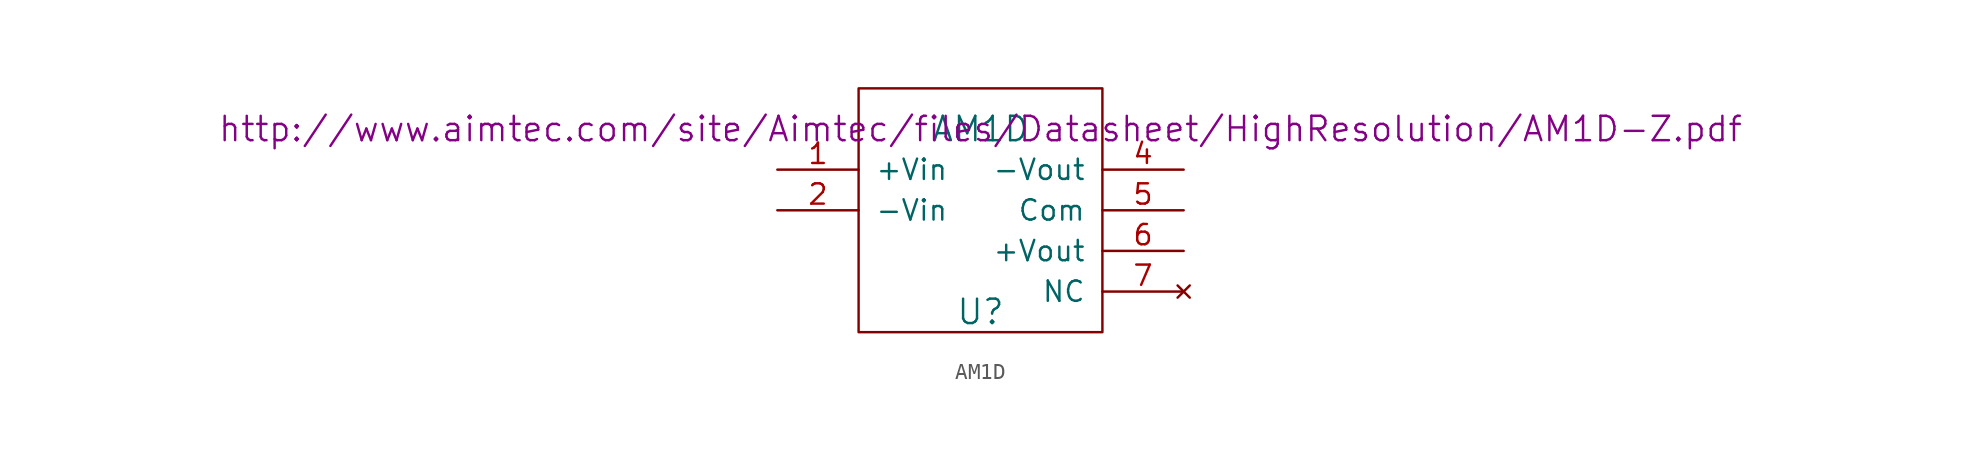
<source format=kicad_sym>
(kicad_symbol_lib
  (version 20211014)
  (generator kicad_symbol_editor)
  (symbol "AM1D"
    (pin_names
      (offset 1.016))
    (property "Reference" "U"
      (at 0 -11.43 0)
      (effects (font (size 1.524 1.524))))
    (property "Value" "AM1D"
      (at 0 0 0)
      (effects (font (size 1.524 1.524))))
    (property "Footprint" ""
      (at 0 0 0)
      (effects (font (size 1.524 1.524))))
    (property "Datasheet" "http://www.aimtec.com/site/Aimtec/files/Datasheet/HighResolution/AM1D-Z.pdf"
      (at 0 0 0)
      (effects (font (size 1.524 1.524))))
    (symbol "AM1D_0_0"
      (polyline (pts (xy -7.62 2.54) (xy -7.62 -12.7) (xy 7.62 -12.7) (xy 7.62 2.54) (xy -7.62 2.54)) (stroke (width 0) (type default) (color 0 0 0 0)) (fill (type none))))
    (symbol "AM1D_1_1"
      (pin power_in line (at -12.7 -2.54 0) (length 5.08) (name "+Vin" (effects (font (size 1.27 1.27)))) (number "1" (effects (font (size 1.27 1.27)))))
      (pin power_in line (at -12.7 -5.08 0) (length 5.08) (name "-Vin" (effects (font (size 1.27 1.27)))) (number "2" (effects (font (size 1.27 1.27)))))
      (pin power_out line (at 12.7 -2.54 180) (length 5.08) (name "-Vout" (effects (font (size 1.27 1.27)))) (number "4" (effects (font (size 1.27 1.27)))))
      (pin power_out line (at 12.7 -5.08 180) (length 5.08) (name "Com" (effects (font (size 1.27 1.27)))) (number "5" (effects (font (size 1.27 1.27)))))
      (pin power_out line (at 12.7 -7.62 180) (length 5.08) (name "+Vout" (effects (font (size 1.27 1.27)))) (number "6" (effects (font (size 1.27 1.27)))))
      (pin no_connect line (at 12.7 -10.16 180) (length 5.08) (name "NC" (effects (font (size 1.27 1.27)))) (number "7" (effects (font (size 1.27 1.27))))))))
</source>
